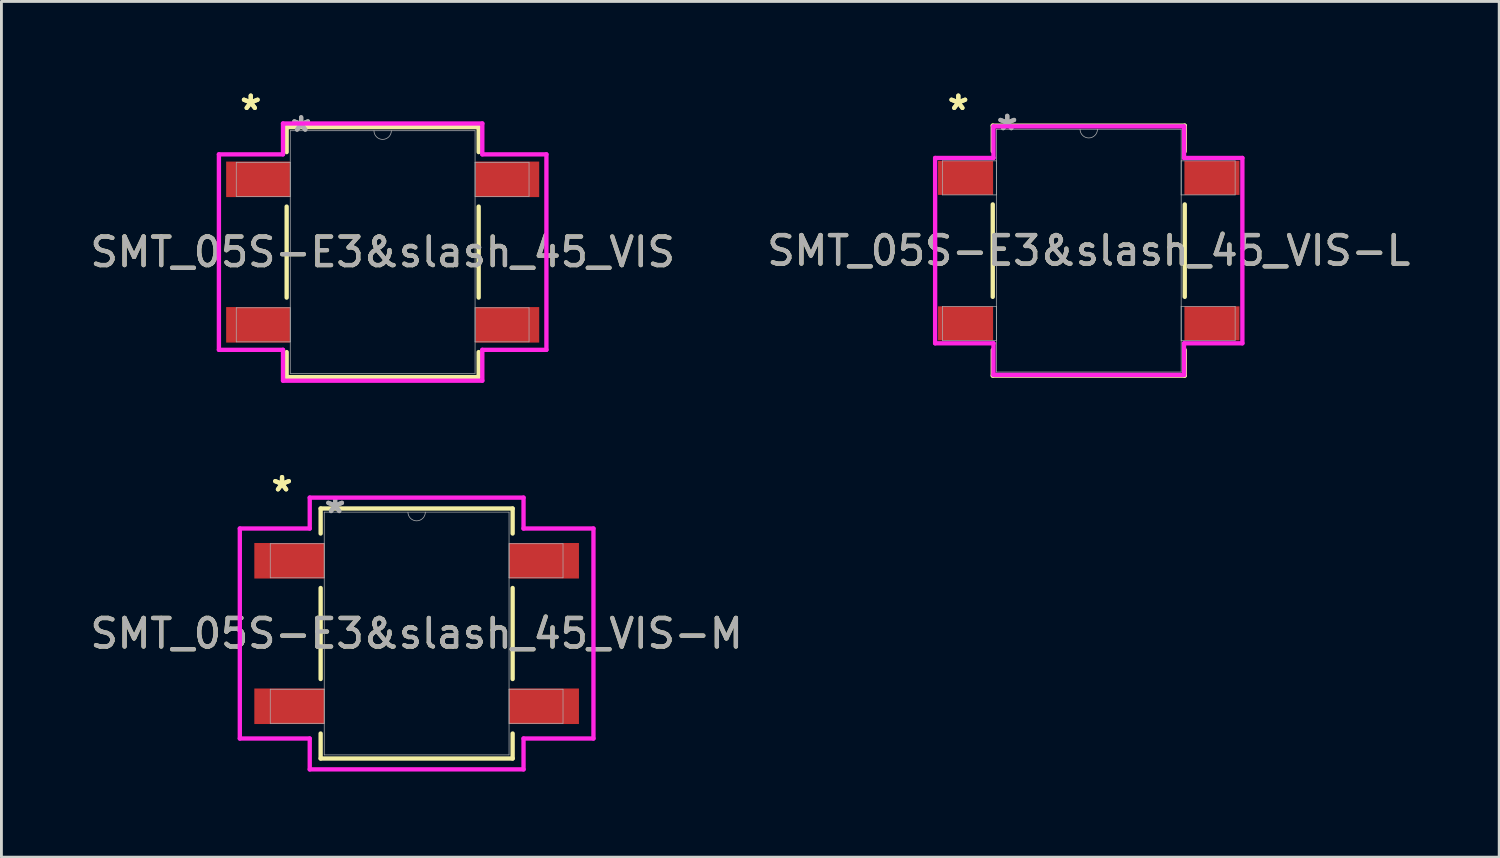
<source format=kicad_pcb>
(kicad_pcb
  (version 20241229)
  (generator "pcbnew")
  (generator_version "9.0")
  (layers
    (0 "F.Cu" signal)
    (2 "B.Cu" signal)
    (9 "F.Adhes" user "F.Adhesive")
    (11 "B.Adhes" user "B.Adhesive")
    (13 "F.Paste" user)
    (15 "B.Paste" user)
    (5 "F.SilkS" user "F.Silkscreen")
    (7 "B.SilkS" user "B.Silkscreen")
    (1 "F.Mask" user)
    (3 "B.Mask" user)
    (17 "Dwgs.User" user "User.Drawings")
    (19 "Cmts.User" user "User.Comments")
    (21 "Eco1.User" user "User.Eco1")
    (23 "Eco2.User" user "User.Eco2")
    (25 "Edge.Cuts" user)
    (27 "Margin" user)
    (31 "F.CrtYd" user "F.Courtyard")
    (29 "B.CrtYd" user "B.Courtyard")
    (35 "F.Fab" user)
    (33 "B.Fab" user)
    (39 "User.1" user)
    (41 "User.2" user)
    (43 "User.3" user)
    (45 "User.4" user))
  (footprint "SMT_05S-E3&slash_45_VIS-L"
    (layer "F.Cu")
    (at 35.113 5.735)
    (property "Reference" "SMT_05S-E3&slash_45_VIS-L" (at 0 0 0) (unlocked yes) (layer "F.SilkS") (effects (font (size 1 1) (thickness 0.15))))
    (attr smd)
    (fp_line (start -3.365 -4.381) (end -3.365 -3.48) (stroke (width 0.152) (type solid)) (layer "F.SilkS"))
    (fp_line (start -3.365 -1.62) (end -3.365 1.62) (stroke (width 0.152) (type solid)) (layer "F.SilkS"))
    (fp_line (start -3.365 3.48) (end -3.365 4.381) (stroke (width 0.152) (type solid)) (layer "F.SilkS"))
    (fp_line (start -3.365 4.381) (end 3.365 4.381) (stroke (width 0.152) (type solid)) (layer "F.SilkS"))
    (fp_line (start 3.365 -4.381) (end -3.365 -4.381) (stroke (width 0.152) (type solid)) (layer "F.SilkS"))
    (fp_line (start 3.365 -3.48) (end 3.365 -4.381) (stroke (width 0.152) (type solid)) (layer "F.SilkS"))
    (fp_line (start 3.365 1.62) (end 3.365 -1.62) (stroke (width 0.152) (type solid)) (layer "F.SilkS"))
    (fp_line (start 3.365 4.381) (end 3.365 3.48) (stroke (width 0.152) (type solid)) (layer "F.SilkS"))
    (fp_line (start -5.385 -3.248) (end -3.34 -3.248) (stroke (width 0.152) (type solid)) (layer "F.CrtYd"))
    (fp_line (start -5.385 3.248) (end -5.385 -3.248) (stroke (width 0.152) (type solid)) (layer "F.CrtYd"))
    (fp_line (start -5.385 3.248) (end -3.34 3.248) (stroke (width 0.152) (type solid)) (layer "F.CrtYd"))
    (fp_line (start -3.34 -4.356) (end 3.34 -4.356) (stroke (width 0.152) (type solid)) (layer "F.CrtYd"))
    (fp_line (start -3.34 -3.248) (end -3.34 -4.356) (stroke (width 0.152) (type solid)) (layer "F.CrtYd"))
    (fp_line (start -3.34 4.356) (end -3.34 3.248) (stroke (width 0.152) (type solid)) (layer "F.CrtYd"))
    (fp_line (start 3.34 -4.356) (end 3.34 -3.248) (stroke (width 0.152) (type solid)) (layer "F.CrtYd"))
    (fp_line (start 3.34 3.248) (end 3.34 4.356) (stroke (width 0.152) (type solid)) (layer "F.CrtYd"))
    (fp_line (start 3.34 4.356) (end -3.34 4.356) (stroke (width 0.152) (type solid)) (layer "F.CrtYd"))
    (fp_line (start 5.385 -3.248) (end 3.34 -3.248) (stroke (width 0.152) (type solid)) (layer "F.CrtYd"))
    (fp_line (start 5.385 -3.248) (end 5.385 3.248) (stroke (width 0.152) (type solid)) (layer "F.CrtYd"))
    (fp_line (start 5.385 3.248) (end 3.34 3.248) (stroke (width 0.152) (type solid)) (layer "F.CrtYd"))
    (fp_line (start -5.131 -3.147) (end -5.131 -1.953) (stroke (width 0.025) (type solid)) (layer "F.Fab"))
    (fp_line (start -5.131 -1.953) (end -3.239 -1.953) (stroke (width 0.025) (type solid)) (layer "F.Fab"))
    (fp_line (start -5.131 1.953) (end -5.131 3.147) (stroke (width 0.025) (type solid)) (layer "F.Fab"))
    (fp_line (start -5.131 3.147) (end -3.239 3.147) (stroke (width 0.025) (type solid)) (layer "F.Fab"))
    (fp_line (start -3.239 -4.255) (end -3.239 4.255) (stroke (width 0.025) (type solid)) (layer "F.Fab"))
    (fp_line (start -3.239 -3.147) (end -5.131 -3.147) (stroke (width 0.025) (type solid)) (layer "F.Fab"))
    (fp_line (start -3.239 -1.953) (end -3.239 -3.147) (stroke (width 0.025) (type solid)) (layer "F.Fab"))
    (fp_line (start -3.239 1.953) (end -5.131 1.953) (stroke (width 0.025) (type solid)) (layer "F.Fab"))
    (fp_line (start -3.239 3.147) (end -3.239 1.953) (stroke (width 0.025) (type solid)) (layer "F.Fab"))
    (fp_line (start -3.239 4.255) (end 3.239 4.255) (stroke (width 0.025) (type solid)) (layer "F.Fab"))
    (fp_line (start 3.239 -4.255) (end -3.239 -4.255) (stroke (width 0.025) (type solid)) (layer "F.Fab"))
    (fp_line (start 3.239 -3.147) (end 3.239 -1.953) (stroke (width 0.025) (type solid)) (layer "F.Fab"))
    (fp_line (start 3.239 -1.953) (end 5.131 -1.953) (stroke (width 0.025) (type solid)) (layer "F.Fab"))
    (fp_line (start 3.239 1.953) (end 3.239 3.147) (stroke (width 0.025) (type solid)) (layer "F.Fab"))
    (fp_line (start 3.239 3.147) (end 5.131 3.147) (stroke (width 0.025) (type solid)) (layer "F.Fab"))
    (fp_line (start 3.239 4.255) (end 3.239 -4.255) (stroke (width 0.025) (type solid)) (layer "F.Fab"))
    (fp_line (start 5.131 -3.147) (end 3.239 -3.147) (stroke (width 0.025) (type solid)) (layer "F.Fab"))
    (fp_line (start 5.131 -1.953) (end 5.131 -3.147) (stroke (width 0.025) (type solid)) (layer "F.Fab"))
    (fp_line (start 5.131 1.953) (end 3.239 1.953) (stroke (width 0.025) (type solid)) (layer "F.Fab"))
    (fp_line (start 5.131 3.147) (end 5.131 1.953) (stroke (width 0.025) (type solid)) (layer "F.Fab"))
    (fp_arc (start 0.3048 -4.2545) (mid 0 -3.9497) (end -0.3048 -4.2545) (stroke (width 0.0254) (type solid)) (layer "F.Fab"))
    (fp_text user "*" (at -4.572 -4.887 0) (layer "F.SilkS") (effects (font (size 1 1) (thickness 0.15))))
    (fp_text user "*" (at -4.572 -4.887 0) (unlocked yes) (layer "F.SilkS") (effects (font (size 1 1) (thickness 0.15))))
    (fp_text user "*" (at -2.857 -4.178 0) (unlocked yes) (layer "F.Fab") (effects (font (size 1 1) (thickness 0.15))))
    (fp_text user "${REFERENCE}" (at 0 0 0) (unlocked yes) (layer "F.Fab") (effects (font (size 1 1) (thickness 0.15))))
    (fp_text user "*" (at -2.857 -4.178 0) (layer "F.Fab") (effects (font (size 1 1) (thickness 0.15))))
    (pad "1" smd rect (at -4.318 -2.55) (size 1.93 1.194) (layers "F.Cu" "F.Mask" "F.Paste"))
    (pad "2" smd rect (at -4.318 2.55) (size 1.93 1.194) (layers "F.Cu" "F.Mask" "F.Paste"))
    (pad "3" smd rect (at 4.318 2.55) (size 1.93 1.194) (layers "F.Cu" "F.Mask" "F.Paste"))
    (pad "4" smd rect (at 4.318 -2.55) (size 1.93 1.194) (layers "F.Cu" "F.Mask" "F.Paste")))
  (footprint "SMT_05S-E3&slash_45_VIS"
    (layer "F.Cu")
    (at 10.363 5.786)
    (property "Reference" "SMT_05S-E3&slash_45_VIS" (at 0 0 0) (unlocked yes) (layer "F.SilkS") (effects (font (size 1 1) (thickness 0.15))))
    (attr smd)
    (fp_line (start -3.365 -4.381) (end -3.365 -3.505) (stroke (width 0.152) (type solid)) (layer "F.SilkS"))
    (fp_line (start -3.365 -1.595) (end -3.365 1.595) (stroke (width 0.152) (type solid)) (layer "F.SilkS"))
    (fp_line (start -3.365 3.505) (end -3.365 4.381) (stroke (width 0.152) (type solid)) (layer "F.SilkS"))
    (fp_line (start -3.365 4.381) (end 3.365 4.381) (stroke (width 0.152) (type solid)) (layer "F.SilkS"))
    (fp_line (start 3.365 -4.381) (end -3.365 -4.381) (stroke (width 0.152) (type solid)) (layer "F.SilkS"))
    (fp_line (start 3.365 -3.505) (end 3.365 -4.381) (stroke (width 0.152) (type solid)) (layer "F.SilkS"))
    (fp_line (start 3.365 1.595) (end 3.365 -1.595) (stroke (width 0.152) (type solid)) (layer "F.SilkS"))
    (fp_line (start 3.365 4.381) (end 3.365 3.505) (stroke (width 0.152) (type solid)) (layer "F.SilkS"))
    (fp_line (start -5.74 -3.426) (end -3.493 -3.426) (stroke (width 0.152) (type solid)) (layer "F.CrtYd"))
    (fp_line (start -5.74 3.426) (end -5.74 -3.426) (stroke (width 0.152) (type solid)) (layer "F.CrtYd"))
    (fp_line (start -5.74 3.426) (end -3.493 3.426) (stroke (width 0.152) (type solid)) (layer "F.CrtYd"))
    (fp_line (start -3.493 -4.508) (end 3.493 -4.508) (stroke (width 0.152) (type solid)) (layer "F.CrtYd"))
    (fp_line (start -3.493 -3.426) (end -3.493 -4.508) (stroke (width 0.152) (type solid)) (layer "F.CrtYd"))
    (fp_line (start -3.493 4.508) (end -3.493 3.426) (stroke (width 0.152) (type solid)) (layer "F.CrtYd"))
    (fp_line (start 3.493 -4.508) (end 3.493 -3.426) (stroke (width 0.152) (type solid)) (layer "F.CrtYd"))
    (fp_line (start 3.493 3.426) (end 3.493 4.508) (stroke (width 0.152) (type solid)) (layer "F.CrtYd"))
    (fp_line (start 3.493 4.508) (end -3.493 4.508) (stroke (width 0.152) (type solid)) (layer "F.CrtYd"))
    (fp_line (start 5.74 -3.426) (end 3.493 -3.426) (stroke (width 0.152) (type solid)) (layer "F.CrtYd"))
    (fp_line (start 5.74 -3.426) (end 5.74 3.426) (stroke (width 0.152) (type solid)) (layer "F.CrtYd"))
    (fp_line (start 5.74 3.426) (end 3.493 3.426) (stroke (width 0.152) (type solid)) (layer "F.CrtYd"))
    (fp_line (start -5.131 -3.147) (end -5.131 -1.953) (stroke (width 0.025) (type solid)) (layer "F.Fab"))
    (fp_line (start -5.131 -1.953) (end -3.239 -1.953) (stroke (width 0.025) (type solid)) (layer "F.Fab"))
    (fp_line (start -5.131 1.953) (end -5.131 3.147) (stroke (width 0.025) (type solid)) (layer "F.Fab"))
    (fp_line (start -5.131 3.147) (end -3.239 3.147) (stroke (width 0.025) (type solid)) (layer "F.Fab"))
    (fp_line (start -3.239 -4.255) (end -3.239 4.255) (stroke (width 0.025) (type solid)) (layer "F.Fab"))
    (fp_line (start -3.239 -3.147) (end -5.131 -3.147) (stroke (width 0.025) (type solid)) (layer "F.Fab"))
    (fp_line (start -3.239 -1.953) (end -3.239 -3.147) (stroke (width 0.025) (type solid)) (layer "F.Fab"))
    (fp_line (start -3.239 1.953) (end -5.131 1.953) (stroke (width 0.025) (type solid)) (layer "F.Fab"))
    (fp_line (start -3.239 3.147) (end -3.239 1.953) (stroke (width 0.025) (type solid)) (layer "F.Fab"))
    (fp_line (start -3.239 4.255) (end 3.239 4.255) (stroke (width 0.025) (type solid)) (layer "F.Fab"))
    (fp_line (start 3.239 -4.255) (end -3.239 -4.255) (stroke (width 0.025) (type solid)) (layer "F.Fab"))
    (fp_line (start 3.239 -3.147) (end 3.239 -1.953) (stroke (width 0.025) (type solid)) (layer "F.Fab"))
    (fp_line (start 3.239 -1.953) (end 5.131 -1.953) (stroke (width 0.025) (type solid)) (layer "F.Fab"))
    (fp_line (start 3.239 1.953) (end 3.239 3.147) (stroke (width 0.025) (type solid)) (layer "F.Fab"))
    (fp_line (start 3.239 3.147) (end 5.131 3.147) (stroke (width 0.025) (type solid)) (layer "F.Fab"))
    (fp_line (start 3.239 4.255) (end 3.239 -4.255) (stroke (width 0.025) (type solid)) (layer "F.Fab"))
    (fp_line (start 5.131 -3.147) (end 3.239 -3.147) (stroke (width 0.025) (type solid)) (layer "F.Fab"))
    (fp_line (start 5.131 -1.953) (end 5.131 -3.147) (stroke (width 0.025) (type solid)) (layer "F.Fab"))
    (fp_line (start 5.131 1.953) (end 3.239 1.953) (stroke (width 0.025) (type solid)) (layer "F.Fab"))
    (fp_line (start 5.131 3.147) (end 5.131 1.953) (stroke (width 0.025) (type solid)) (layer "F.Fab"))
    (fp_arc (start 0.3048 -4.2545) (mid 0 -3.9497) (end -0.3048 -4.2545) (stroke (width 0.0254) (type solid)) (layer "F.Fab"))
    (fp_text user "*" (at -4.623 -4.938 0) (unlocked yes) (layer "F.SilkS") (effects (font (size 1 1) (thickness 0.15))))
    (fp_text user "*" (at -4.623 -4.938 0) (layer "F.SilkS") (effects (font (size 1 1) (thickness 0.15))))
    (fp_text user "*" (at -2.857 -4.178 0) (layer "F.Fab") (effects (font (size 1 1) (thickness 0.15))))
    (fp_text user "*" (at -2.857 -4.178 0) (unlocked yes) (layer "F.Fab") (effects (font (size 1 1) (thickness 0.15))))
    (fp_text user "${REFERENCE}" (at 0 0 0) (unlocked yes) (layer "F.Fab") (effects (font (size 1 1) (thickness 0.15))))
    (pad "1" smd rect (at -4.369 -2.55) (size 2.235 1.245) (layers "F.Cu" "F.Mask" "F.Paste"))
    (pad "2" smd rect (at -4.369 2.55) (size 2.235 1.245) (layers "F.Cu" "F.Mask" "F.Paste"))
    (pad "3" smd rect (at 4.369 2.55) (size 2.235 1.245) (layers "F.Cu" "F.Mask" "F.Paste"))
    (pad "4" smd rect (at 4.369 -2.55) (size 2.235 1.245) (layers "F.Cu" "F.Mask" "F.Paste")))
  (footprint "SMT_05S-E3&slash_45_VIS-M"
    (layer "F.Cu")
    (at 11.554 19.156)
    (property "Reference" "SMT_05S-E3&slash_45_VIS-M" (at 0 0 0) (unlocked yes) (layer "F.SilkS") (effects (font (size 1 1) (thickness 0.15))))
    (attr smd)
    (fp_line (start -3.365 -4.381) (end -3.365 -3.505) (stroke (width 0.152) (type solid)) (layer "F.SilkS"))
    (fp_line (start -3.365 -1.595) (end -3.365 1.595) (stroke (width 0.152) (type solid)) (layer "F.SilkS"))
    (fp_line (start -3.365 3.505) (end -3.365 4.381) (stroke (width 0.152) (type solid)) (layer "F.SilkS"))
    (fp_line (start -3.365 4.381) (end 3.365 4.381) (stroke (width 0.152) (type solid)) (layer "F.SilkS"))
    (fp_line (start 3.365 -4.381) (end -3.365 -4.381) (stroke (width 0.152) (type solid)) (layer "F.SilkS"))
    (fp_line (start 3.365 -3.505) (end 3.365 -4.381) (stroke (width 0.152) (type solid)) (layer "F.SilkS"))
    (fp_line (start 3.365 1.595) (end 3.365 -1.595) (stroke (width 0.152) (type solid)) (layer "F.SilkS"))
    (fp_line (start 3.365 4.381) (end 3.365 3.505) (stroke (width 0.152) (type solid)) (layer "F.SilkS"))
    (fp_line (start -6.198 -3.68) (end -3.747 -3.68) (stroke (width 0.152) (type solid)) (layer "F.CrtYd"))
    (fp_line (start -6.198 3.68) (end -6.198 -3.68) (stroke (width 0.152) (type solid)) (layer "F.CrtYd"))
    (fp_line (start -6.198 3.68) (end -3.747 3.68) (stroke (width 0.152) (type solid)) (layer "F.CrtYd"))
    (fp_line (start -3.747 -4.763) (end 3.747 -4.763) (stroke (width 0.152) (type solid)) (layer "F.CrtYd"))
    (fp_line (start -3.747 -3.68) (end -3.747 -4.763) (stroke (width 0.152) (type solid)) (layer "F.CrtYd"))
    (fp_line (start -3.747 4.763) (end -3.747 3.68) (stroke (width 0.152) (type solid)) (layer "F.CrtYd"))
    (fp_line (start 3.747 -4.763) (end 3.747 -3.68) (stroke (width 0.152) (type solid)) (layer "F.CrtYd"))
    (fp_line (start 3.747 3.68) (end 3.747 4.763) (stroke (width 0.152) (type solid)) (layer "F.CrtYd"))
    (fp_line (start 3.747 4.763) (end -3.747 4.763) (stroke (width 0.152) (type solid)) (layer "F.CrtYd"))
    (fp_line (start 6.198 -3.68) (end 3.747 -3.68) (stroke (width 0.152) (type solid)) (layer "F.CrtYd"))
    (fp_line (start 6.198 -3.68) (end 6.198 3.68) (stroke (width 0.152) (type solid)) (layer "F.CrtYd"))
    (fp_line (start 6.198 3.68) (end 3.747 3.68) (stroke (width 0.152) (type solid)) (layer "F.CrtYd"))
    (fp_line (start -5.131 -3.147) (end -5.131 -1.953) (stroke (width 0.025) (type solid)) (layer "F.Fab"))
    (fp_line (start -5.131 -1.953) (end -3.239 -1.953) (stroke (width 0.025) (type solid)) (layer "F.Fab"))
    (fp_line (start -5.131 1.953) (end -5.131 3.147) (stroke (width 0.025) (type solid)) (layer "F.Fab"))
    (fp_line (start -5.131 3.147) (end -3.239 3.147) (stroke (width 0.025) (type solid)) (layer "F.Fab"))
    (fp_line (start -3.239 -4.255) (end -3.239 4.255) (stroke (width 0.025) (type solid)) (layer "F.Fab"))
    (fp_line (start -3.239 -3.147) (end -5.131 -3.147) (stroke (width 0.025) (type solid)) (layer "F.Fab"))
    (fp_line (start -3.239 -1.953) (end -3.239 -3.147) (stroke (width 0.025) (type solid)) (layer "F.Fab"))
    (fp_line (start -3.239 1.953) (end -5.131 1.953) (stroke (width 0.025) (type solid)) (layer "F.Fab"))
    (fp_line (start -3.239 3.147) (end -3.239 1.953) (stroke (width 0.025) (type solid)) (layer "F.Fab"))
    (fp_line (start -3.239 4.255) (end 3.239 4.255) (stroke (width 0.025) (type solid)) (layer "F.Fab"))
    (fp_line (start 3.239 -4.255) (end -3.239 -4.255) (stroke (width 0.025) (type solid)) (layer "F.Fab"))
    (fp_line (start 3.239 -3.147) (end 3.239 -1.953) (stroke (width 0.025) (type solid)) (layer "F.Fab"))
    (fp_line (start 3.239 -1.953) (end 5.131 -1.953) (stroke (width 0.025) (type solid)) (layer "F.Fab"))
    (fp_line (start 3.239 1.953) (end 3.239 3.147) (stroke (width 0.025) (type solid)) (layer "F.Fab"))
    (fp_line (start 3.239 3.147) (end 5.131 3.147) (stroke (width 0.025) (type solid)) (layer "F.Fab"))
    (fp_line (start 3.239 4.255) (end 3.239 -4.255) (stroke (width 0.025) (type solid)) (layer "F.Fab"))
    (fp_line (start 5.131 -3.147) (end 3.239 -3.147) (stroke (width 0.025) (type solid)) (layer "F.Fab"))
    (fp_line (start 5.131 -1.953) (end 5.131 -3.147) (stroke (width 0.025) (type solid)) (layer "F.Fab"))
    (fp_line (start 5.131 1.953) (end 3.239 1.953) (stroke (width 0.025) (type solid)) (layer "F.Fab"))
    (fp_line (start 5.131 3.147) (end 5.131 1.953) (stroke (width 0.025) (type solid)) (layer "F.Fab"))
    (fp_arc (start 0.3048 -4.2545) (mid 0 -3.9497) (end -0.3048 -4.2545) (stroke (width 0.0254) (type solid)) (layer "F.Fab"))
    (fp_text user "*" (at -4.718 -4.938 0) (layer "F.SilkS") (effects (font (size 1 1) (thickness 0.15))))
    (fp_text user "*" (at -4.718 -4.938 0) (unlocked yes) (layer "F.SilkS") (effects (font (size 1 1) (thickness 0.15))))
    (fp_text user "*" (at -2.857 -4.178 0) (unlocked yes) (layer "F.Fab") (effects (font (size 1 1) (thickness 0.15))))
    (fp_text user "${REFERENCE}" (at 0 0 0) (unlocked yes) (layer "F.Fab") (effects (font (size 1 1) (thickness 0.15))))
    (fp_text user "*" (at -2.857 -4.178 0) (layer "F.Fab") (effects (font (size 1 1) (thickness 0.15))))
    (pad "1" smd rect (at -4.464 -2.55) (size 2.451 1.245) (layers "F.Cu" "F.Mask" "F.Paste"))
    (pad "2" smd rect (at -4.464 2.55) (size 2.451 1.245) (layers "F.Cu" "F.Mask" "F.Paste"))
    (pad "3" smd rect (at 4.464 2.55) (size 2.451 1.245) (layers "F.Cu" "F.Mask" "F.Paste"))
    (pad "4" smd rect (at 4.464 -2.55) (size 2.451 1.245) (layers "F.Cu" "F.Mask" "F.Paste")))
  (gr_rect
    (start -3 -3)
    (end 49.5 26.995)
    (stroke (width 0.1) (type default))
    (fill no)
    (layer "Edge.Cuts")))
</source>
